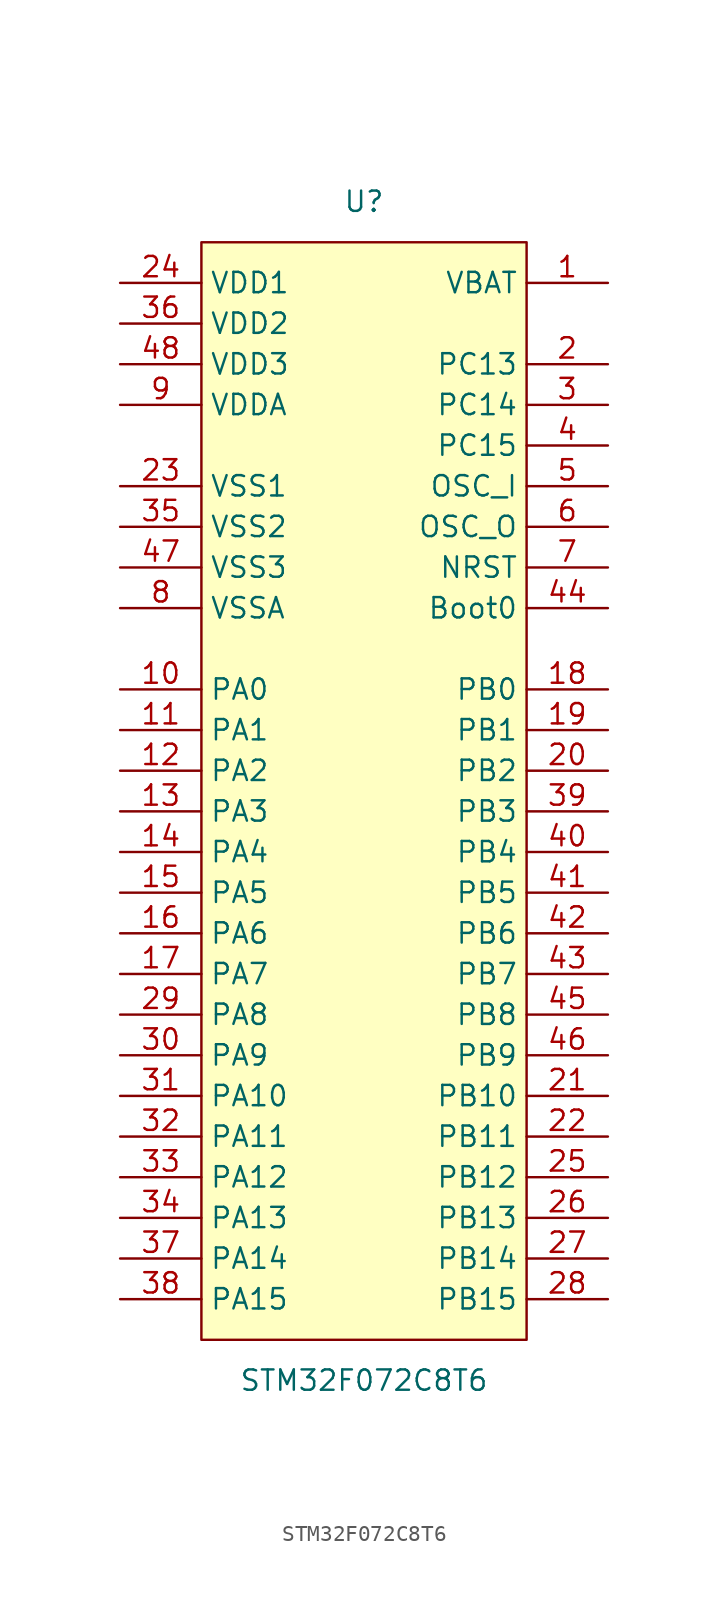
<source format=kicad_sym>
(kicad_symbol_lib
  (version 20231120)
  (generator "kicad_symbol_editor")
  (generator_version "8.0")
  (symbol "STM32F072C8T6"
    (property "Reference" "U"
      (at 0 36.83 0)
      (effects (font (size 1.27 1.27))))
    (property "Value" "STM32F072C8T6"
      (at 0 -36.83 0)
      (effects (font (size 1.27 1.27))))
    (symbol "STM32F072C8T6_0_1"
      (rectangle (start -10.16 34.29) (end 10.16 -34.29) (stroke (width 0) (type default)) (fill (type background)))
      (pin bidirectional line (at -15.24 6.35 0) (length 5.08) (name "PA0" (effects (font (size 1.27 1.27)))) (number "10" (effects (font (size 1.27 1.27)))))
      (pin bidirectional line (at -15.24 3.81 0) (length 5.08) (name "PA1" (effects (font (size 1.27 1.27)))) (number "11" (effects (font (size 1.27 1.27)))))
      (pin bidirectional line (at -15.24 1.27 0) (length 5.08) (name "PA2" (effects (font (size 1.27 1.27)))) (number "12" (effects (font (size 1.27 1.27)))))
      (pin bidirectional line (at -15.24 -1.27 0) (length 5.08) (name "PA3" (effects (font (size 1.27 1.27)))) (number "13" (effects (font (size 1.27 1.27)))))
      (pin bidirectional line (at -15.24 -3.81 0) (length 5.08) (name "PA4" (effects (font (size 1.27 1.27)))) (number "14" (effects (font (size 1.27 1.27)))))
      (pin bidirectional line (at -15.24 -6.35 0) (length 5.08) (name "PA5" (effects (font (size 1.27 1.27)))) (number "15" (effects (font (size 1.27 1.27)))))
      (pin bidirectional line (at -15.24 -8.89 0) (length 5.08) (name "PA6" (effects (font (size 1.27 1.27)))) (number "16" (effects (font (size 1.27 1.27)))))
      (pin bidirectional line (at -15.24 -11.43 0) (length 5.08) (name "PA7" (effects (font (size 1.27 1.27)))) (number "17" (effects (font (size 1.27 1.27)))))
      (pin bidirectional line (at 15.24 6.35 180) (length 5.08) (name "PB0" (effects (font (size 1.27 1.27)))) (number "18" (effects (font (size 1.27 1.27)))))
      (pin bidirectional line (at 15.24 3.81 180) (length 5.08) (name "PB1" (effects (font (size 1.27 1.27)))) (number "19" (effects (font (size 1.27 1.27)))))
      (pin bidirectional line (at 15.24 26.67 180) (length 5.08) (name "PC13" (effects (font (size 1.27 1.27)))) (number "2" (effects (font (size 1.27 1.27)))))
      (pin bidirectional line (at 15.24 1.27 180) (length 5.08) (name "PB2" (effects (font (size 1.27 1.27)))) (number "20" (effects (font (size 1.27 1.27)))))
      (pin bidirectional line (at 15.24 -19.05 180) (length 5.08) (name "PB10" (effects (font (size 1.27 1.27)))) (number "21" (effects (font (size 1.27 1.27)))))
      (pin bidirectional line (at 15.24 -21.59 180) (length 5.08) (name "PB11" (effects (font (size 1.27 1.27)))) (number "22" (effects (font (size 1.27 1.27)))))
      (pin bidirectional line (at 15.24 -24.13 180) (length 5.08) (name "PB12" (effects (font (size 1.27 1.27)))) (number "25" (effects (font (size 1.27 1.27)))))
      (pin bidirectional line (at 15.24 -26.67 180) (length 5.08) (name "PB13" (effects (font (size 1.27 1.27)))) (number "26" (effects (font (size 1.27 1.27)))))
      (pin bidirectional line (at 15.24 -29.21 180) (length 5.08) (name "PB14" (effects (font (size 1.27 1.27)))) (number "27" (effects (font (size 1.27 1.27)))))
      (pin bidirectional line (at 15.24 -31.75 180) (length 5.08) (name "PB15" (effects (font (size 1.27 1.27)))) (number "28" (effects (font (size 1.27 1.27)))))
      (pin bidirectional line (at -15.24 -13.97 0) (length 5.08) (name "PA8" (effects (font (size 1.27 1.27)))) (number "29" (effects (font (size 1.27 1.27)))))
      (pin bidirectional line (at 15.24 24.13 180) (length 5.08) (name "PC14" (effects (font (size 1.27 1.27)))) (number "3" (effects (font (size 1.27 1.27)))))
      (pin bidirectional line (at -15.24 -16.51 0) (length 5.08) (name "PA9" (effects (font (size 1.27 1.27)))) (number "30" (effects (font (size 1.27 1.27)))))
      (pin bidirectional line (at -15.24 -19.05 0) (length 5.08) (name "PA10" (effects (font (size 1.27 1.27)))) (number "31" (effects (font (size 1.27 1.27)))))
      (pin bidirectional line (at -15.24 -21.59 0) (length 5.08) (name "PA11" (effects (font (size 1.27 1.27)))) (number "32" (effects (font (size 1.27 1.27)))))
      (pin bidirectional line (at -15.24 -24.13 0) (length 5.08) (name "PA12" (effects (font (size 1.27 1.27)))) (number "33" (effects (font (size 1.27 1.27)))))
      (pin bidirectional line (at -15.24 -26.67 0) (length 5.08) (name "PA13" (effects (font (size 1.27 1.27)))) (number "34" (effects (font (size 1.27 1.27)))))
      (pin bidirectional line (at -15.24 -29.21 0) (length 5.08) (name "PA14" (effects (font (size 1.27 1.27)))) (number "37" (effects (font (size 1.27 1.27)))))
      (pin bidirectional line (at -15.24 -31.75 0) (length 5.08) (name "PA15" (effects (font (size 1.27 1.27)))) (number "38" (effects (font (size 1.27 1.27)))))
      (pin bidirectional line (at 15.24 -1.27 180) (length 5.08) (name "PB3" (effects (font (size 1.27 1.27)))) (number "39" (effects (font (size 1.27 1.27)))))
      (pin bidirectional line (at 15.24 21.59 180) (length 5.08) (name "PC15" (effects (font (size 1.27 1.27)))) (number "4" (effects (font (size 1.27 1.27)))))
      (pin bidirectional line (at 15.24 -3.81 180) (length 5.08) (name "PB4" (effects (font (size 1.27 1.27)))) (number "40" (effects (font (size 1.27 1.27)))))
      (pin bidirectional line (at 15.24 -6.35 180) (length 5.08) (name "PB5" (effects (font (size 1.27 1.27)))) (number "41" (effects (font (size 1.27 1.27)))))
      (pin bidirectional line (at 15.24 -8.89 180) (length 5.08) (name "PB6" (effects (font (size 1.27 1.27)))) (number "42" (effects (font (size 1.27 1.27)))))
      (pin bidirectional line (at 15.24 -11.43 180) (length 5.08) (name "PB7" (effects (font (size 1.27 1.27)))) (number "43" (effects (font (size 1.27 1.27)))))
      (pin input line (at 15.24 11.43 180) (length 5.08) (name "Boot0" (effects (font (size 1.27 1.27)))) (number "44" (effects (font (size 1.27 1.27)))))
      (pin bidirectional line (at 15.24 -13.97 180) (length 5.08) (name "PB8" (effects (font (size 1.27 1.27)))) (number "45" (effects (font (size 1.27 1.27)))))
      (pin bidirectional line (at 15.24 -16.51 180) (length 5.08) (name "PB9" (effects (font (size 1.27 1.27)))) (number "46" (effects (font (size 1.27 1.27)))))
      (pin input line (at 15.24 13.97 180) (length 5.08) (name "NRST" (effects (font (size 1.27 1.27)))) (number "7" (effects (font (size 1.27 1.27))))))
    (symbol "STM32F072C8T6_1_1"
      (pin power_in line (at 15.24 31.75 180) (length 5.08) (name "VBAT" (effects (font (size 1.27 1.27)))) (number "1" (effects (font (size 1.27 1.27)))))
      (pin power_in line (at -15.24 19.05 0) (length 5.08) (name "VSS1" (effects (font (size 1.27 1.27)))) (number "23" (effects (font (size 1.27 1.27)))))
      (pin power_in line (at -15.24 31.75 0) (length 5.08) (name "VDD1" (effects (font (size 1.27 1.27)))) (number "24" (effects (font (size 1.27 1.27)))))
      (pin power_in line (at -15.24 16.51 0) (length 5.08) (name "VSS2" (effects (font (size 1.27 1.27)))) (number "35" (effects (font (size 1.27 1.27)))))
      (pin power_in line (at -15.24 29.21 0) (length 5.08) (name "VDD2" (effects (font (size 1.27 1.27)))) (number "36" (effects (font (size 1.27 1.27)))))
      (pin power_in line (at -15.24 13.97 0) (length 5.08) (name "VSS3" (effects (font (size 1.27 1.27)))) (number "47" (effects (font (size 1.27 1.27)))))
      (pin power_in line (at -15.24 26.67 0) (length 5.08) (name "VDD3" (effects (font (size 1.27 1.27)))) (number "48" (effects (font (size 1.27 1.27)))))
      (pin input line (at 15.24 19.05 180) (length 5.08) (name "OSC_I" (effects (font (size 1.27 1.27)))) (number "5" (effects (font (size 1.27 1.27)))))
      (pin input line (at 15.24 16.51 180) (length 5.08) (name "OSC_O" (effects (font (size 1.27 1.27)))) (number "6" (effects (font (size 1.27 1.27)))))
      (pin power_in line (at -15.24 11.43 0) (length 5.08) (name "VSSA" (effects (font (size 1.27 1.27)))) (number "8" (effects (font (size 1.27 1.27)))))
      (pin power_in line (at -15.24 24.13 0) (length 5.08) (name "VDDA" (effects (font (size 1.27 1.27)))) (number "9" (effects (font (size 1.27 1.27))))))))
</source>
